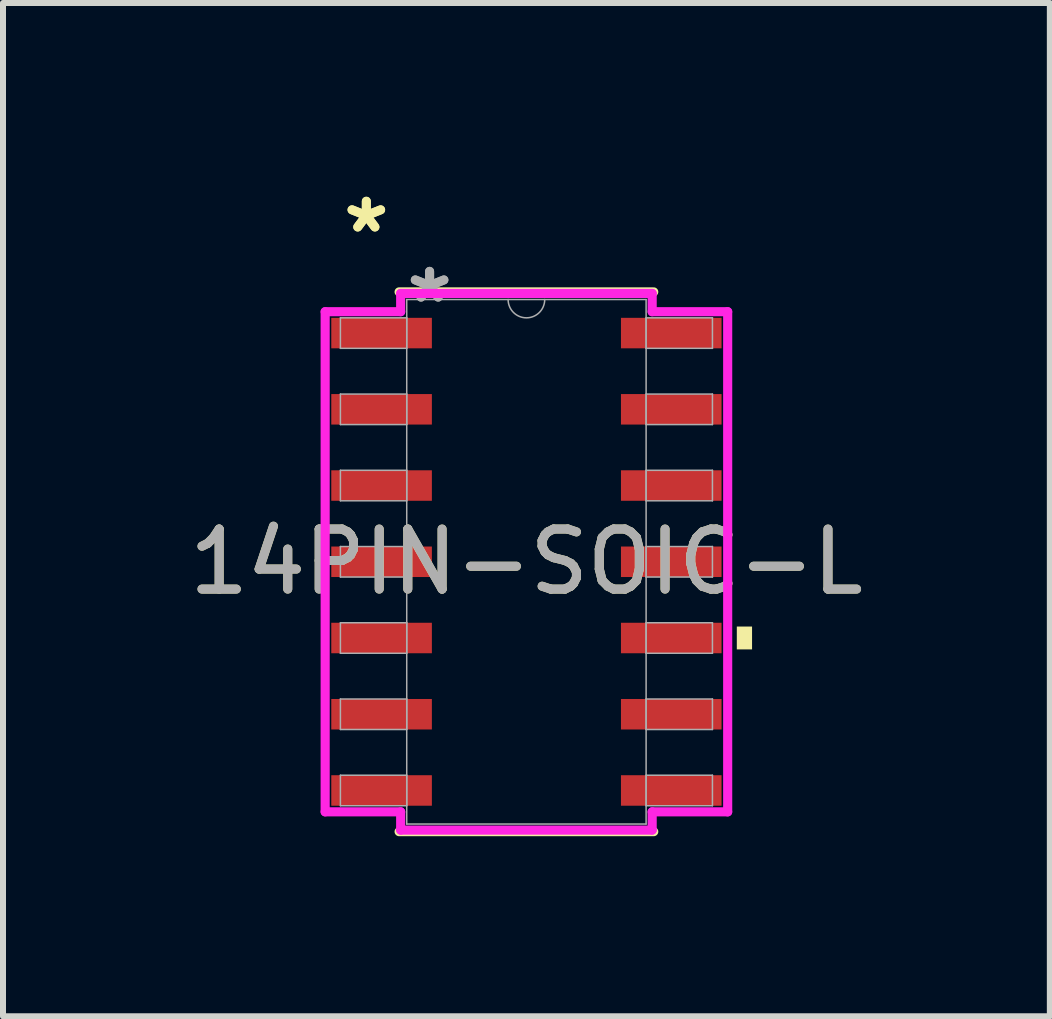
<source format=kicad_pcb>
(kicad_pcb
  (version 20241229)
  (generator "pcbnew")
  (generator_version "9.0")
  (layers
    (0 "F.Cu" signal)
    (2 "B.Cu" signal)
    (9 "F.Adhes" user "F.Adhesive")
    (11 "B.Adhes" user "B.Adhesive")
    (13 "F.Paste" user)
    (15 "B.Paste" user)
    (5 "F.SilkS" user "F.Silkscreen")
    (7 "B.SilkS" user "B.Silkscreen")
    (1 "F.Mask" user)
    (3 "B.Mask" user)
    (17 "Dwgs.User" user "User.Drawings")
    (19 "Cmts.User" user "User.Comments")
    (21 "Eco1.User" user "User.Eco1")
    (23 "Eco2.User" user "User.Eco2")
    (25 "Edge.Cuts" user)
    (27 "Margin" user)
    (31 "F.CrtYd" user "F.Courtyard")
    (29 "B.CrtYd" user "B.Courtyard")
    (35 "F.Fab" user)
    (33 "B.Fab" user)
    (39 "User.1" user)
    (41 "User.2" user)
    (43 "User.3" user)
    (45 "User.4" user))
  (footprint "14PIN-SOIC-L"
    (layer "F.Cu")
    (at 5.72 6.309)
    (property "Reference" "14PIN-SOIC-L" (at 0 0 0) (unlocked yes) (layer "F.SilkS") (effects (font (size 1 1) (thickness 0.15))))
    (attr smd)
    (fp_line (start -2.121 4.496) (end 2.121 4.496) (stroke (width 0.152) (type solid)) (layer "F.SilkS"))
    (fp_line (start 2.121 -4.496) (end -2.121 -4.496) (stroke (width 0.152) (type solid)) (layer "F.SilkS"))
    (fp_poly (pts (xy 3.759 1.079) (xy 3.759 1.46) (xy 3.505 1.46) (xy 3.505 1.079)) (stroke (width 0) (type solid)) (fill yes) (layer "F.SilkS"))
    (fp_line (start -3.353 -4.166) (end -2.095 -4.166) (stroke (width 0.152) (type solid)) (layer "F.CrtYd"))
    (fp_line (start -3.353 4.166) (end -3.353 -4.166) (stroke (width 0.152) (type solid)) (layer "F.CrtYd"))
    (fp_line (start -3.353 4.166) (end -2.095 4.166) (stroke (width 0.152) (type solid)) (layer "F.CrtYd"))
    (fp_line (start -2.095 -4.47) (end 2.095 -4.47) (stroke (width 0.152) (type solid)) (layer "F.CrtYd"))
    (fp_line (start -2.095 -4.166) (end -2.095 -4.47) (stroke (width 0.152) (type solid)) (layer "F.CrtYd"))
    (fp_line (start -2.095 4.47) (end -2.095 4.166) (stroke (width 0.152) (type solid)) (layer "F.CrtYd"))
    (fp_line (start 2.095 -4.47) (end 2.095 -4.166) (stroke (width 0.152) (type solid)) (layer "F.CrtYd"))
    (fp_line (start 2.095 4.166) (end 2.095 4.47) (stroke (width 0.152) (type solid)) (layer "F.CrtYd"))
    (fp_line (start 2.095 4.47) (end -2.095 4.47) (stroke (width 0.152) (type solid)) (layer "F.CrtYd"))
    (fp_line (start 3.353 -4.166) (end 2.095 -4.166) (stroke (width 0.152) (type solid)) (layer "F.CrtYd"))
    (fp_line (start 3.353 -4.166) (end 3.353 4.166) (stroke (width 0.152) (type solid)) (layer "F.CrtYd"))
    (fp_line (start 3.353 4.166) (end 2.095 4.166) (stroke (width 0.152) (type solid)) (layer "F.CrtYd"))
    (fp_line (start -3.099 -4.064) (end -3.099 -3.556) (stroke (width 0.025) (type solid)) (layer "F.Fab"))
    (fp_line (start -3.099 -3.556) (end -1.994 -3.556) (stroke (width 0.025) (type solid)) (layer "F.Fab"))
    (fp_line (start -3.099 -2.794) (end -3.099 -2.286) (stroke (width 0.025) (type solid)) (layer "F.Fab"))
    (fp_line (start -3.099 -2.286) (end -1.994 -2.286) (stroke (width 0.025) (type solid)) (layer "F.Fab"))
    (fp_line (start -3.099 -1.524) (end -3.099 -1.016) (stroke (width 0.025) (type solid)) (layer "F.Fab"))
    (fp_line (start -3.099 -1.016) (end -1.994 -1.016) (stroke (width 0.025) (type solid)) (layer "F.Fab"))
    (fp_line (start -3.099 -0.254) (end -3.099 0.254) (stroke (width 0.025) (type solid)) (layer "F.Fab"))
    (fp_line (start -3.099 0.254) (end -1.994 0.254) (stroke (width 0.025) (type solid)) (layer "F.Fab"))
    (fp_line (start -3.099 1.016) (end -3.099 1.524) (stroke (width 0.025) (type solid)) (layer "F.Fab"))
    (fp_line (start -3.099 1.524) (end -1.994 1.524) (stroke (width 0.025) (type solid)) (layer "F.Fab"))
    (fp_line (start -3.099 2.286) (end -3.099 2.794) (stroke (width 0.025) (type solid)) (layer "F.Fab"))
    (fp_line (start -3.099 2.794) (end -1.994 2.794) (stroke (width 0.025) (type solid)) (layer "F.Fab"))
    (fp_line (start -3.099 3.556) (end -3.099 4.064) (stroke (width 0.025) (type solid)) (layer "F.Fab"))
    (fp_line (start -3.099 4.064) (end -1.994 4.064) (stroke (width 0.025) (type solid)) (layer "F.Fab"))
    (fp_line (start -1.994 -4.369) (end -1.994 4.369) (stroke (width 0.025) (type solid)) (layer "F.Fab"))
    (fp_line (start -1.994 -4.064) (end -3.099 -4.064) (stroke (width 0.025) (type solid)) (layer "F.Fab"))
    (fp_line (start -1.994 -3.556) (end -1.994 -4.064) (stroke (width 0.025) (type solid)) (layer "F.Fab"))
    (fp_line (start -1.994 -2.794) (end -3.099 -2.794) (stroke (width 0.025) (type solid)) (layer "F.Fab"))
    (fp_line (start -1.994 -2.286) (end -1.994 -2.794) (stroke (width 0.025) (type solid)) (layer "F.Fab"))
    (fp_line (start -1.994 -1.524) (end -3.099 -1.524) (stroke (width 0.025) (type solid)) (layer "F.Fab"))
    (fp_line (start -1.994 -1.016) (end -1.994 -1.524) (stroke (width 0.025) (type solid)) (layer "F.Fab"))
    (fp_line (start -1.994 -0.254) (end -3.099 -0.254) (stroke (width 0.025) (type solid)) (layer "F.Fab"))
    (fp_line (start -1.994 0.254) (end -1.994 -0.254) (stroke (width 0.025) (type solid)) (layer "F.Fab"))
    (fp_line (start -1.994 1.016) (end -3.099 1.016) (stroke (width 0.025) (type solid)) (layer "F.Fab"))
    (fp_line (start -1.994 1.524) (end -1.994 1.016) (stroke (width 0.025) (type solid)) (layer "F.Fab"))
    (fp_line (start -1.994 2.286) (end -3.099 2.286) (stroke (width 0.025) (type solid)) (layer "F.Fab"))
    (fp_line (start -1.994 2.794) (end -1.994 2.286) (stroke (width 0.025) (type solid)) (layer "F.Fab"))
    (fp_line (start -1.994 3.556) (end -3.099 3.556) (stroke (width 0.025) (type solid)) (layer "F.Fab"))
    (fp_line (start -1.994 4.064) (end -1.994 3.556) (stroke (width 0.025) (type solid)) (layer "F.Fab"))
    (fp_line (start -1.994 4.369) (end 1.994 4.369) (stroke (width 0.025) (type solid)) (layer "F.Fab"))
    (fp_line (start 1.994 -4.369) (end -1.994 -4.369) (stroke (width 0.025) (type solid)) (layer "F.Fab"))
    (fp_line (start 1.994 -4.064) (end 1.994 -3.556) (stroke (width 0.025) (type solid)) (layer "F.Fab"))
    (fp_line (start 1.994 -3.556) (end 3.099 -3.556) (stroke (width 0.025) (type solid)) (layer "F.Fab"))
    (fp_line (start 1.994 -2.794) (end 1.994 -2.286) (stroke (width 0.025) (type solid)) (layer "F.Fab"))
    (fp_line (start 1.994 -2.286) (end 3.099 -2.286) (stroke (width 0.025) (type solid)) (layer "F.Fab"))
    (fp_line (start 1.994 -1.524) (end 1.994 -1.016) (stroke (width 0.025) (type solid)) (layer "F.Fab"))
    (fp_line (start 1.994 -1.016) (end 3.099 -1.016) (stroke (width 0.025) (type solid)) (layer "F.Fab"))
    (fp_line (start 1.994 -0.254) (end 1.994 0.254) (stroke (width 0.025) (type solid)) (layer "F.Fab"))
    (fp_line (start 1.994 0.254) (end 3.099 0.254) (stroke (width 0.025) (type solid)) (layer "F.Fab"))
    (fp_line (start 1.994 1.016) (end 1.994 1.524) (stroke (width 0.025) (type solid)) (layer "F.Fab"))
    (fp_line (start 1.994 1.524) (end 3.099 1.524) (stroke (width 0.025) (type solid)) (layer "F.Fab"))
    (fp_line (start 1.994 2.286) (end 1.994 2.794) (stroke (width 0.025) (type solid)) (layer "F.Fab"))
    (fp_line (start 1.994 2.794) (end 3.099 2.794) (stroke (width 0.025) (type solid)) (layer "F.Fab"))
    (fp_line (start 1.994 3.556) (end 1.994 4.064) (stroke (width 0.025) (type solid)) (layer "F.Fab"))
    (fp_line (start 1.994 4.064) (end 3.099 4.064) (stroke (width 0.025) (type solid)) (layer "F.Fab"))
    (fp_line (start 1.994 4.369) (end 1.994 -4.369) (stroke (width 0.025) (type solid)) (layer "F.Fab"))
    (fp_line (start 3.099 -4.064) (end 1.994 -4.064) (stroke (width 0.025) (type solid)) (layer "F.Fab"))
    (fp_line (start 3.099 -3.556) (end 3.099 -4.064) (stroke (width 0.025) (type solid)) (layer "F.Fab"))
    (fp_line (start 3.099 -2.794) (end 1.994 -2.794) (stroke (width 0.025) (type solid)) (layer "F.Fab"))
    (fp_line (start 3.099 -2.286) (end 3.099 -2.794) (stroke (width 0.025) (type solid)) (layer "F.Fab"))
    (fp_line (start 3.099 -1.524) (end 1.994 -1.524) (stroke (width 0.025) (type solid)) (layer "F.Fab"))
    (fp_line (start 3.099 -1.016) (end 3.099 -1.524) (stroke (width 0.025) (type solid)) (layer "F.Fab"))
    (fp_line (start 3.099 -0.254) (end 1.994 -0.254) (stroke (width 0.025) (type solid)) (layer "F.Fab"))
    (fp_line (start 3.099 0.254) (end 3.099 -0.254) (stroke (width 0.025) (type solid)) (layer "F.Fab"))
    (fp_line (start 3.099 1.016) (end 1.994 1.016) (stroke (width 0.025) (type solid)) (layer "F.Fab"))
    (fp_line (start 3.099 1.524) (end 3.099 1.016) (stroke (width 0.025) (type solid)) (layer "F.Fab"))
    (fp_line (start 3.099 2.286) (end 1.994 2.286) (stroke (width 0.025) (type solid)) (layer "F.Fab"))
    (fp_line (start 3.099 2.794) (end 3.099 2.286) (stroke (width 0.025) (type solid)) (layer "F.Fab"))
    (fp_line (start 3.099 3.556) (end 1.994 3.556) (stroke (width 0.025) (type solid)) (layer "F.Fab"))
    (fp_line (start 3.099 4.064) (end 3.099 3.556) (stroke (width 0.025) (type solid)) (layer "F.Fab"))
    (fp_arc (start 0.3048 -4.3688) (mid 0 -4.064) (end -0.3048 -4.3688) (stroke (width 0.0254) (type solid)) (layer "F.Fab"))
    (fp_text user "*" (at -2.667 -5.461 0) (layer "F.SilkS") (effects (font (size 1 1) (thickness 0.15))))
    (fp_text user "*" (at -2.667 -5.461 0) (unlocked yes) (layer "F.SilkS") (effects (font (size 1 1) (thickness 0.15))))
    (fp_text user "*" (at -1.613 -4.293 0) (layer "F.Fab") (effects (font (size 1 1) (thickness 0.15))))
    (fp_text user "*" (at -1.613 -4.293 0) (unlocked yes) (layer "F.Fab") (effects (font (size 1 1) (thickness 0.15))))
    (fp_text user "${REFERENCE}" (at 0 0 0) (unlocked yes) (layer "F.Fab") (effects (font (size 1 1) (thickness 0.15))))
    (pad "1" smd rect (at -2.413 -3.81) (size 1.676 0.508) (layers "F.Cu" "F.Mask" "F.Paste"))
    (pad "2" smd rect (at -2.413 -2.54) (size 1.676 0.508) (layers "F.Cu" "F.Mask" "F.Paste"))
    (pad "3" smd rect (at -2.413 -1.27) (size 1.676 0.508) (layers "F.Cu" "F.Mask" "F.Paste"))
    (pad "4" smd rect (at -2.413 0) (size 1.676 0.508) (layers "F.Cu" "F.Mask" "F.Paste"))
    (pad "5" smd rect (at -2.413 1.27) (size 1.676 0.508) (layers "F.Cu" "F.Mask" "F.Paste"))
    (pad "6" smd rect (at -2.413 2.54) (size 1.676 0.508) (layers "F.Cu" "F.Mask" "F.Paste"))
    (pad "7" smd rect (at -2.413 3.81) (size 1.676 0.508) (layers "F.Cu" "F.Mask" "F.Paste"))
    (pad "8" smd rect (at 2.413 3.81) (size 1.676 0.508) (layers "F.Cu" "F.Mask" "F.Paste"))
    (pad "9" smd rect (at 2.413 2.54) (size 1.676 0.508) (layers "F.Cu" "F.Mask" "F.Paste"))
    (pad "10" smd rect (at 2.413 1.27) (size 1.676 0.508) (layers "F.Cu" "F.Mask" "F.Paste"))
    (pad "11" smd rect (at 2.413 0) (size 1.676 0.508) (layers "F.Cu" "F.Mask" "F.Paste"))
    (pad "12" smd rect (at 2.413 -1.27) (size 1.676 0.508) (layers "F.Cu" "F.Mask" "F.Paste"))
    (pad "13" smd rect (at 2.413 -2.54) (size 1.676 0.508) (layers "F.Cu" "F.Mask" "F.Paste"))
    (pad "14" smd rect (at 2.413 -3.81) (size 1.676 0.508) (layers "F.Cu" "F.Mask" "F.Paste")))
  (gr_rect
    (start -3 -3)
    (end 14.44 13.881)
    (stroke (width 0.1) (type default))
    (fill no)
    (layer "Edge.Cuts")))
</source>
